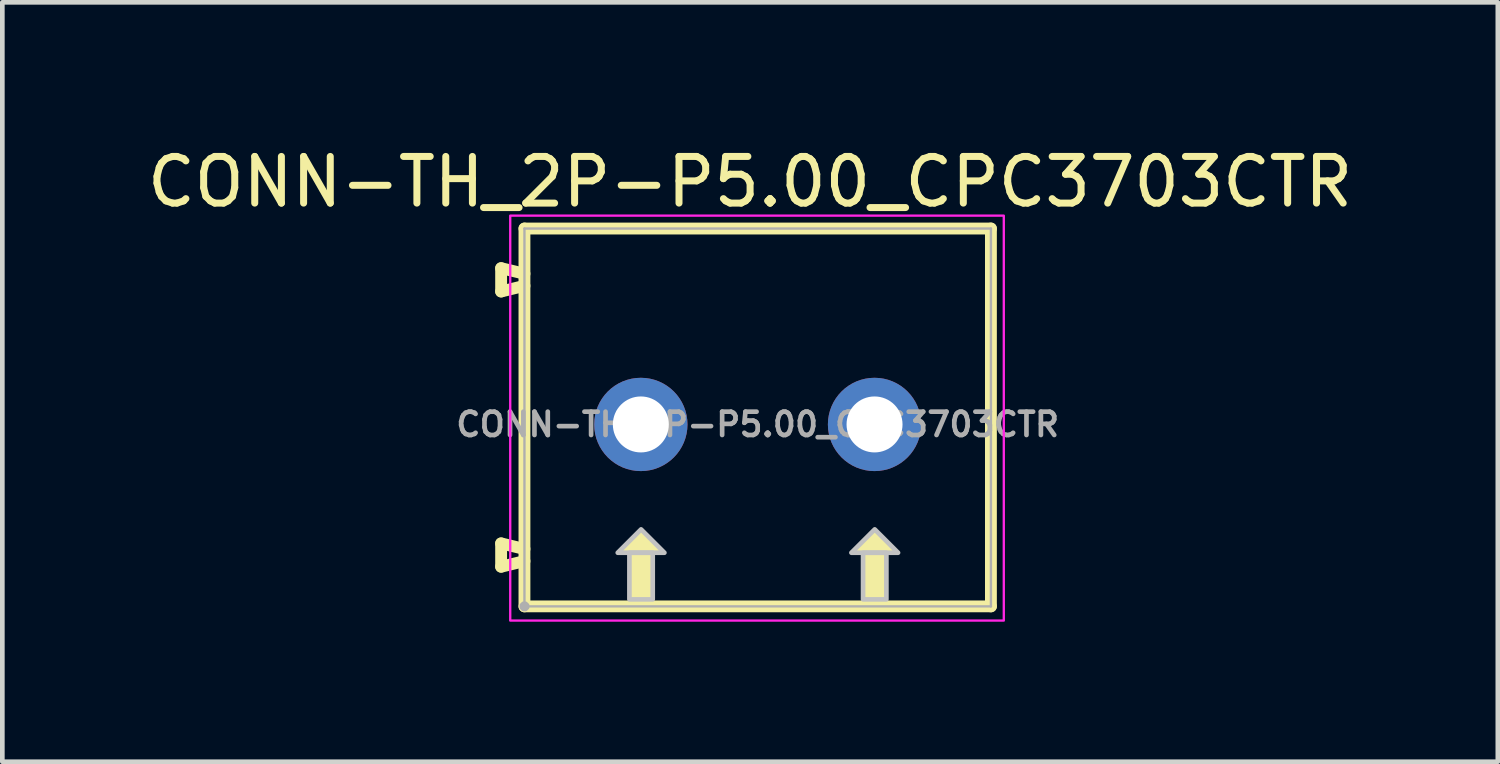
<source format=kicad_pcb>
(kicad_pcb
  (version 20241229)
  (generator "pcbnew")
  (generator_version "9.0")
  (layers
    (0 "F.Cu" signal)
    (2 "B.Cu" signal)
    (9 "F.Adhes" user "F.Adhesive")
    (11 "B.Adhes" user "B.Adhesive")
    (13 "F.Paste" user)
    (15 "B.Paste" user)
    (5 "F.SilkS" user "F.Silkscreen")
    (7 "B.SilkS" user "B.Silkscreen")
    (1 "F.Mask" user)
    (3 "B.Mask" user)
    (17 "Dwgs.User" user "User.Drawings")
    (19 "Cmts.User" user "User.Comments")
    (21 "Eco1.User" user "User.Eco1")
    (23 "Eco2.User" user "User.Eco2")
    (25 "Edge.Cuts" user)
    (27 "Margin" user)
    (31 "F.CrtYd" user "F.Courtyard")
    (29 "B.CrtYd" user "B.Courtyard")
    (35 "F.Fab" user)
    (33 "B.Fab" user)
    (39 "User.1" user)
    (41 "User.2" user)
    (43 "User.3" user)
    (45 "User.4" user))
  (footprint "CONN-TH_2P-P5.00_CPC3703CTR"
    (layer "F.Cu")
    (at 13.193 6.049)
    (property "Reference" "CONN-TH_2P-P5.00_CPC3703CTR" (at -0.163 -5.2 0) (layer "F.SilkS") (effects (font (size 1 1) (thickness 0.15))))
    (fp_line (start -5.5 2.55) (end -5.5 3.05) (stroke (width 0.254) (type default)) (layer "F.SilkS"))
    (fp_line (start -5.5 2.55) (end -5 2.67) (stroke (width 0.254) (type default)) (layer "F.SilkS"))
    (fp_line (start -5.5 3.05) (end -5 2.93) (stroke (width 0.254) (type default)) (layer "F.SilkS"))
    (fp_line (start -5.5 -3.35) (end -5.5 -2.85) (stroke (width 0.254) (type default)) (layer "F.SilkS"))
    (fp_line (start -5.5 -3.35) (end -5 -3.231) (stroke (width 0.254) (type default)) (layer "F.SilkS"))
    (fp_line (start -5.5 -2.85) (end -5 -2.971) (stroke (width 0.254) (type default)) (layer "F.SilkS"))
    (fp_line (start -5 -4.2) (end 5 -4.2) (stroke (width 0.254) (type default)) (layer "F.SilkS"))
    (fp_line (start -5 3.9) (end -5 -4.2) (stroke (width 0.254) (type default)) (layer "F.SilkS"))
    (fp_line (start 5 -4.2) (end 5 3.9) (stroke (width 0.254) (type default)) (layer "F.SilkS"))
    (fp_line (start 5 3.9) (end -5 3.9) (stroke (width 0.254) (type default)) (layer "F.SilkS"))
    (fp_poly (pts (xy -2.5 2.25) (xy -3 2.75) (xy -2 2.75)) (stroke (width 0) (type default)) (fill yes) (layer "F.SilkS"))
    (fp_poly (pts (xy 2.509 2.25) (xy 2.009 2.75) (xy 3.009 2.75)) (stroke (width 0) (type default)) (fill yes) (layer "F.SilkS"))
    (fp_poly (pts (xy -2.75 2.75) (xy -2.25 2.75) (xy -2.25 3.75) (xy -2.75 3.75)) (stroke (width 0) (type default)) (fill yes) (layer "F.SilkS"))
    (fp_poly (pts (xy 2.259 2.75) (xy 2.759 2.75) (xy 2.759 3.75) (xy 2.259 3.75)) (stroke (width 0) (type default)) (fill yes) (layer "F.SilkS"))
    (fp_poly (pts (xy -2.5 2.25) (xy -3 2.75) (xy -2 2.75)) (stroke (width 0.1) (type default)) (fill no) (layer "Dwgs.User"))
    (fp_poly (pts (xy 2.509 2.25) (xy 2.009 2.75) (xy 3.009 2.75)) (stroke (width 0.1) (type default)) (fill no) (layer "Dwgs.User"))
    (fp_poly (pts (xy -2.75 2.75) (xy -2.25 2.75) (xy -2.25 3.75) (xy -2.75 3.75)) (stroke (width 0.1) (type default)) (fill no) (layer "Dwgs.User"))
    (fp_poly (pts (xy 2.259 2.75) (xy 2.759 2.75) (xy 2.759 3.75) (xy 2.259 3.75)) (stroke (width 0.1) (type default)) (fill no) (layer "Dwgs.User"))
    (fp_rect (start -5.305 -4.476) (end 5.276 4.205) (stroke (width 0.05) (type default)) (fill no) (layer "F.CrtYd"))
    (fp_line (start -5 -4.2) (end 5 -4.2) (stroke (width 0.051) (type default)) (layer "F.Fab"))
    (fp_line (start -5 3.9) (end -5 -4.2) (stroke (width 0.051) (type default)) (layer "F.Fab"))
    (fp_line (start 5 -4.2) (end 5 3.9) (stroke (width 0.051) (type default)) (layer "F.Fab"))
    (fp_line (start 5 3.9) (end -5 3.9) (stroke (width 0.051) (type default)) (layer "F.Fab"))
    (fp_poly (pts (xy -4.944 3.877) (xy -4.977 3.845) (xy -5.022 3.845) (xy -5.055 3.877) (xy -5.055 3.923) (xy -5.022 3.955) (xy -4.977 3.955) (xy -4.944 3.923)) (stroke (width 0.1) (type default)) (fill no) (layer "F.Fab"))
    (fp_poly (pts (xy -2.009 -0.065) (xy -2.043 -0.191) (xy -2.108 -0.304) (xy -2.2 -0.397) (xy -2.313 -0.462) (xy -2.439 -0.496) (xy -2.57 -0.496) (xy -2.696 -0.462) (xy -2.809 -0.397) (xy -2.901 -0.304) (xy -2.966 -0.191) (xy -3 -0.065) (xy -3 0.065) (xy -2.966 0.191) (xy -2.901 0.304) (xy -2.809 0.397) (xy -2.696 0.462) (xy -2.57 0.496) (xy -2.439 0.496) (xy -2.313 0.462) (xy -2.2 0.397) (xy -2.108 0.304) (xy -2.043 0.191) (xy -2.009 0.065)) (stroke (width 0.1) (type default)) (fill no) (layer "User.1"))
    (fp_poly (pts (xy 3 -0.065) (xy 2.966 -0.191) (xy 2.901 -0.304) (xy 2.809 -0.397) (xy 2.696 -0.462) (xy 2.57 -0.496) (xy 2.439 -0.496) (xy 2.313 -0.462) (xy 2.2 -0.397) (xy 2.108 -0.304) (xy 2.043 -0.191) (xy 2.009 -0.065) (xy 2.009 0.065) (xy 2.043 0.191) (xy 2.108 0.304) (xy 2.2 0.397) (xy 2.313 0.462) (xy 2.439 0.496) (xy 2.57 0.496) (xy 2.696 0.462) (xy 2.809 0.397) (xy 2.901 0.304) (xy 2.966 0.191) (xy 3 0.065)) (stroke (width 0.1) (type default)) (fill no) (layer "User.1"))
    (fp_text user "${REFERENCE}" (at 0 0 0) (layer "F.Fab") (effects (font (size 0.5 0.5) (thickness 0.1))))
    (pad "1" thru_hole circle (at -2.505 0) (size 2 2) (drill 1.2) (layers "*.Cu" "*.Mask"))
    (pad "2" thru_hole circle (at 2.505 0) (size 2 2) (drill 1.2) (layers "*.Cu" "*.Mask")))
  (gr_rect
    (start -3 -3)
    (end 29.06 13.279)
    (stroke (width 0.1) (type default))
    (fill no)
    (layer "Edge.Cuts")))
</source>
